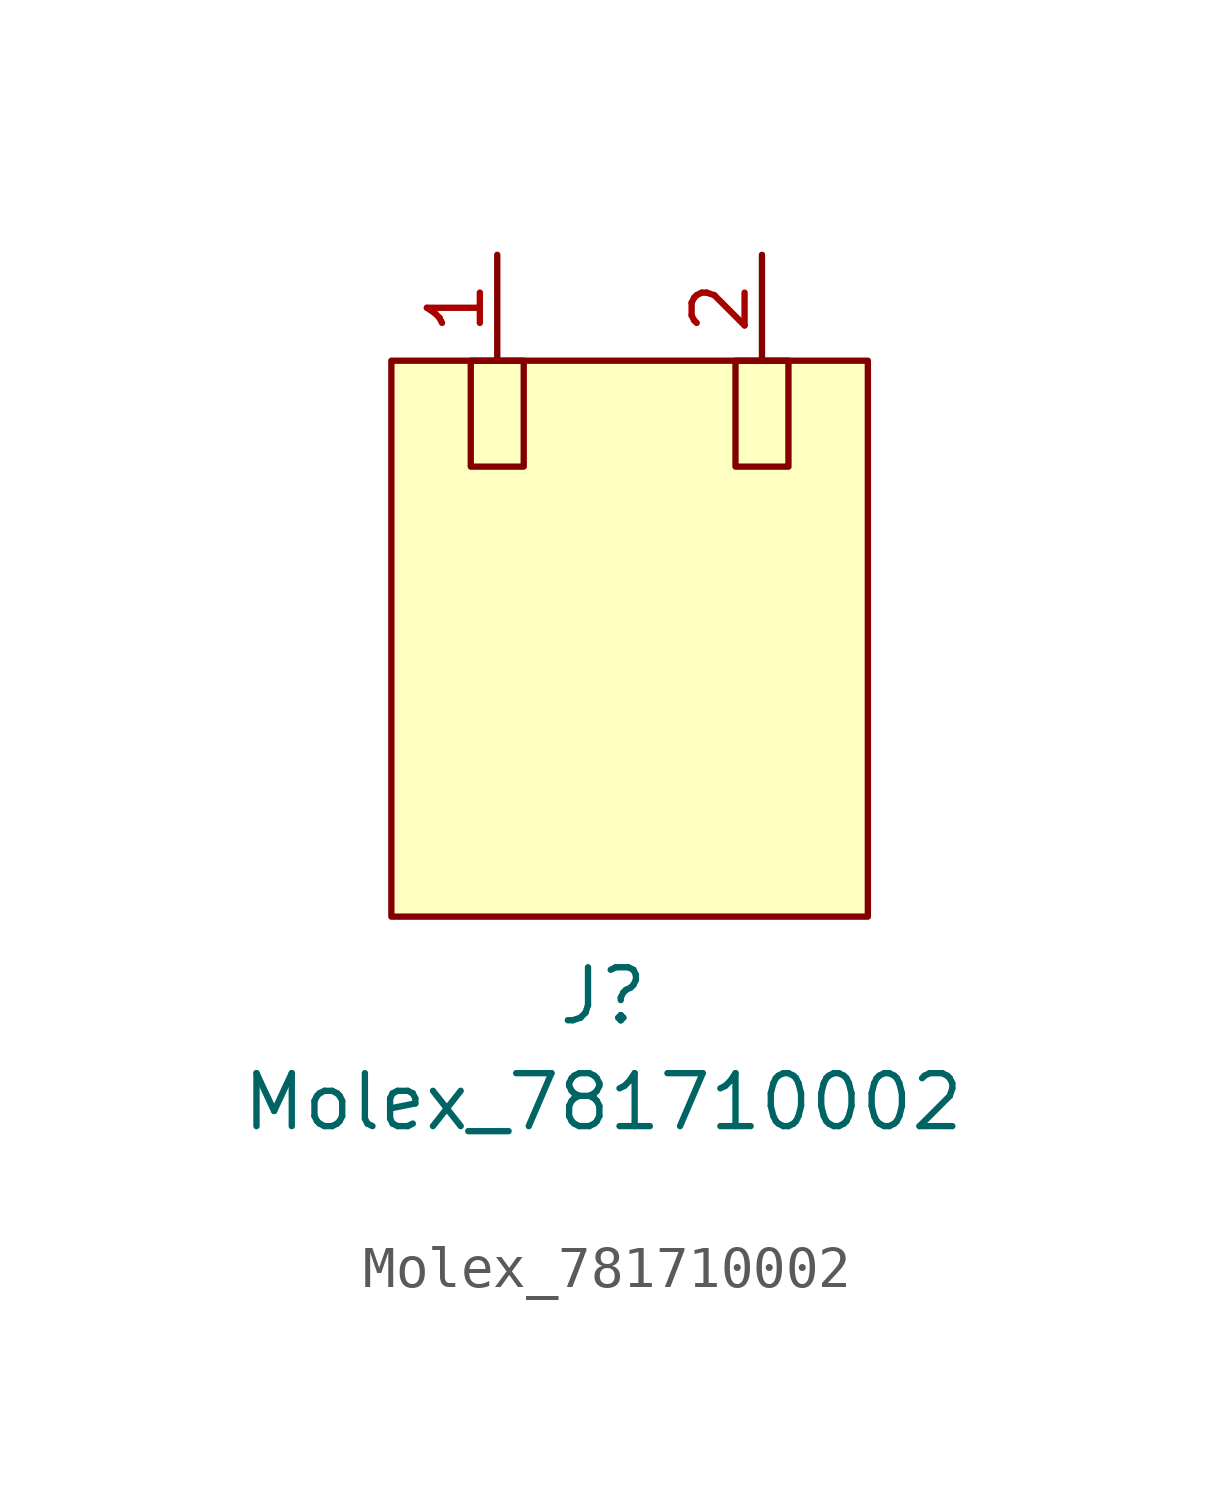
<source format=kicad_sym>
(kicad_symbol_lib
  (version 20220914)
  (generator kicad_symbol_editor)
  (symbol "Molex_781710002"
    (property "Reference" "J"
      (at -0.635 -8.255 0)
      (effects (font (size 1.27 1.27))))
    (property "Value" "Molex_781710002"
      (at -0.635 -10.795 0)
      (effects (font (size 1.27 1.27))))
    (symbol "Molex_781710002_0_1"
      (rectangle (start -5.715 6.985) (end 5.715 -6.35) (stroke (width 0.152) (type default)) (fill (type background)))
      (rectangle (start -3.81 6.985) (end -2.54 4.445) (stroke (width 0.152) (type default)) (fill (type none)))
      (rectangle (start 2.54 6.985) (end 3.81 4.445) (stroke (width 0.152) (type default)) (fill (type none))))
    (symbol "Molex_781710002_1_1"
      (pin passive line (at -3.175 6.985 90) (length 2.54) (name "" (effects (font (size 1.27 1.27)))) (number "1" (effects (font (size 1.27 1.27)))))
      (pin passive line (at 3.175 6.985 90) (length 2.54) (name "" (effects (font (size 1.27 1.27)))) (number "2" (effects (font (size 1.27 1.27)))))
      (pin no_connect line (at -8.255 -5.08 0) (length 2.54) hide (name "" (effects (font (size 1.27 1.27)))) (number "MP1" (effects (font (size 1.27 1.27)))))
      (pin no_connect line (at 8.255 -5.08 180) (length 2.54) hide (name "" (effects (font (size 1.27 1.27)))) (number "MP2" (effects (font (size 1.27 1.27))))))))
</source>
